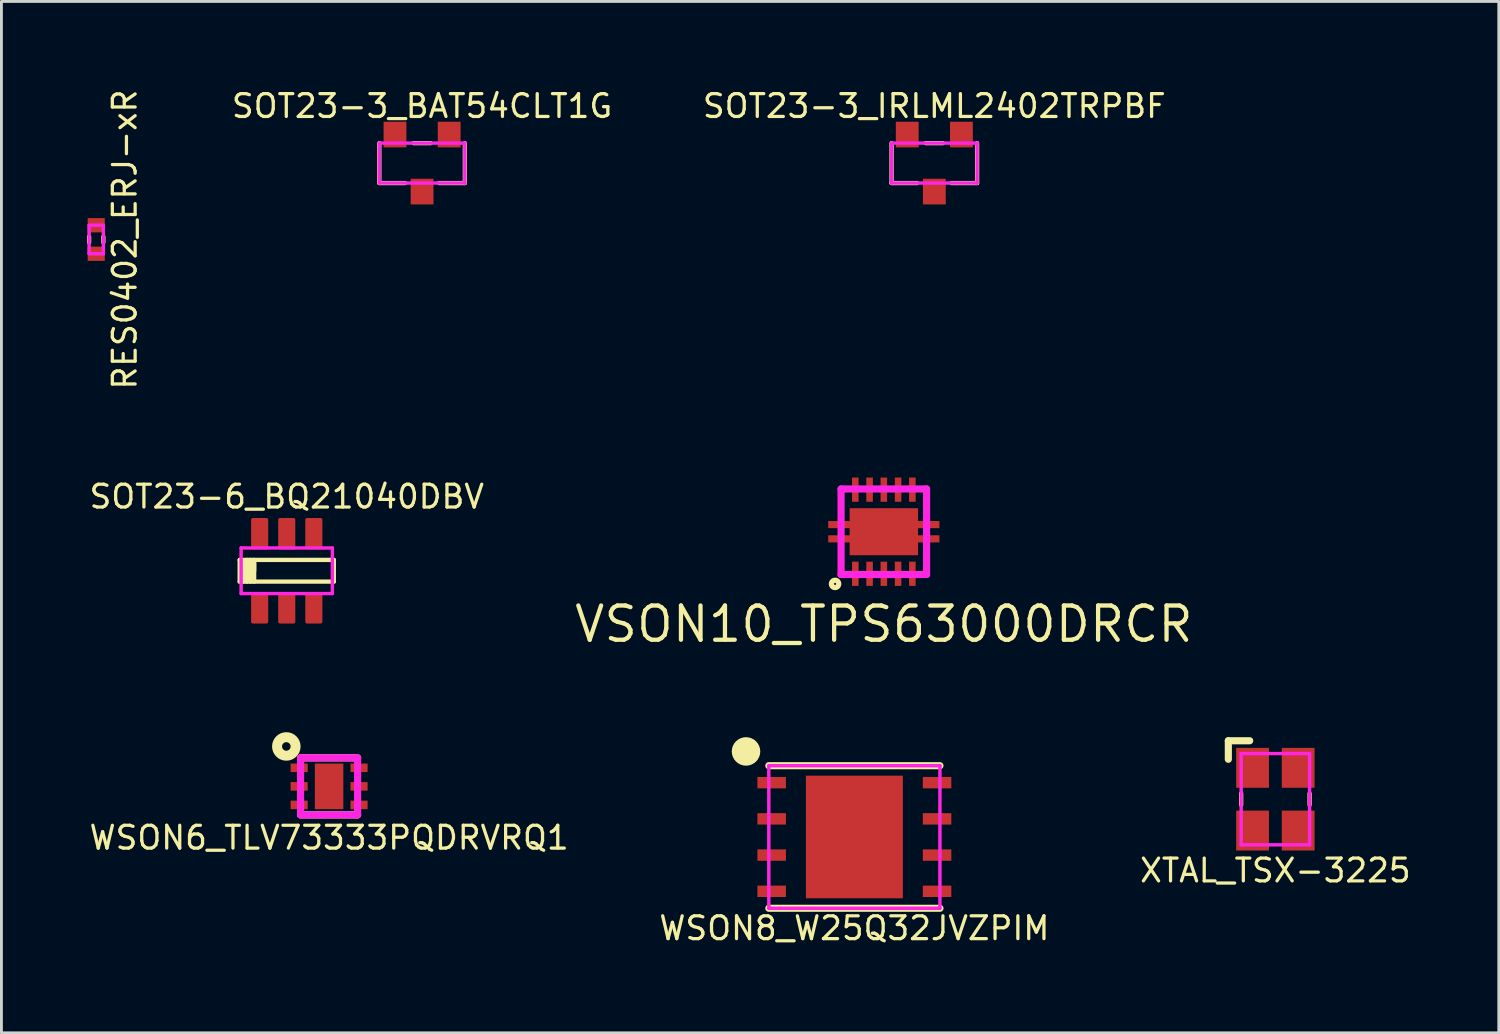
<source format=kicad_pcb>
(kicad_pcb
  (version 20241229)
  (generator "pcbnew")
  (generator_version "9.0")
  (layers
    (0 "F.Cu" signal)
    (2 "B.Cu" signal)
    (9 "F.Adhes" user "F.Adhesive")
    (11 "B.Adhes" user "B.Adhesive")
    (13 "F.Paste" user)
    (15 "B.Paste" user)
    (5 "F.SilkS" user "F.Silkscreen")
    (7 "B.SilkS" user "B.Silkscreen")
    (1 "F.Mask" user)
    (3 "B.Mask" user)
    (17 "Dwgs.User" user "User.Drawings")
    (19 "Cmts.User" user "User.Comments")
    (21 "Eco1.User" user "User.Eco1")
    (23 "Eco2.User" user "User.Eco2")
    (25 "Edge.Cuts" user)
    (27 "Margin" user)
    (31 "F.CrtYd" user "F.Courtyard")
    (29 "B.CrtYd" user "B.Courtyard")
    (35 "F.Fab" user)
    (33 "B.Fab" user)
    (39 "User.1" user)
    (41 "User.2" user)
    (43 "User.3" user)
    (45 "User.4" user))
  (footprint "WSON8_W25Q32JVZPIM"
    (layer "F.Cu")
    (at 26.912 26.302)
    (property "Reference" "WSON8_W25Q32JVZPIM" (at 0 3.2 0) (layer "F.SilkS") (effects (font (size 0.8 0.8) (thickness 0.114))))
    (attr through_hole)
    (fp_line (start -3 -2.5) (end 3 -2.5) (stroke (width 0.25) (type solid)) (layer "F.SilkS"))
    (fp_line (start -3 2.5) (end 3 2.5) (stroke (width 0.25) (type solid)) (layer "F.SilkS"))
    (fp_circle (center -3.8 -3) (end -3.55 -3) (stroke (width 0.5) (type solid)) (fill no) (layer "F.SilkS"))
    (fp_line (start -3 -2.5) (end 3 -2.5) (stroke (width 0.12) (type solid)) (layer "F.CrtYd"))
    (fp_line (start -3 2.5) (end -3 -2.5) (stroke (width 0.12) (type solid)) (layer "F.CrtYd"))
    (fp_line (start 3 -2.5) (end 3 2.5) (stroke (width 0.12) (type solid)) (layer "F.CrtYd"))
    (fp_line (start 3 2.5) (end -3 2.5) (stroke (width 0.12) (type solid)) (layer "F.CrtYd"))
    (pad "1" smd rect (at -2.9 -1.905) (size 1 0.4) (layers "F.Cu" "F.Mask" "F.Paste"))
    (pad "2" smd rect (at -2.9 -0.635) (size 1 0.4) (layers "F.Cu" "F.Mask" "F.Paste"))
    (pad "3" smd rect (at -2.9 0.635) (size 1 0.4) (layers "F.Cu" "F.Mask" "F.Paste"))
    (pad "4" smd rect (at -2.9 1.905) (size 1 0.4) (layers "F.Cu" "F.Mask" "F.Paste"))
    (pad "5" smd rect (at 2.9 1.905) (size 1 0.4) (layers "F.Cu" "F.Mask" "F.Paste"))
    (pad "6" smd rect (at 2.9 0.635) (size 1 0.4) (layers "F.Cu" "F.Mask" "F.Paste"))
    (pad "7" smd rect (at 2.9 -0.635) (size 1 0.4) (layers "F.Cu" "F.Mask" "F.Paste"))
    (pad "8" smd rect (at 2.9 -1.905) (size 1 0.4) (layers "F.Cu" "F.Mask" "F.Paste"))
    (pad "TP" smd rect (at 0 0) (size 3.4 4.3) (layers "F.Cu" "F.Mask" "F.Paste")))
  (footprint "RES0402_ERJ-xR"
    (layer "F.Cu")
    (at 0.325 5.349)
    (property "Reference" "RES0402_ERJ-xR" (at 1 0 90) (layer "F.SilkS") (effects (font (size 0.8 0.8) (thickness 0.114))))
    (attr through_hole)
    (fp_line (start -0.25 0.1) (end -0.25 -0.1) (stroke (width 0.15) (type solid)) (layer "F.SilkS"))
    (fp_line (start 0.25 0.1) (end 0.25 -0.1) (stroke (width 0.15) (type solid)) (layer "F.SilkS"))
    (fp_line (start -0.25 -0.5) (end 0.25 -0.5) (stroke (width 0.12) (type solid)) (layer "F.CrtYd"))
    (fp_line (start -0.25 0.5) (end -0.25 -0.5) (stroke (width 0.12) (type solid)) (layer "F.CrtYd"))
    (fp_line (start 0.25 -0.5) (end 0.25 0.5) (stroke (width 0.12) (type solid)) (layer "F.CrtYd"))
    (fp_line (start 0.25 0.5) (end -0.25 0.5) (stroke (width 0.12) (type solid)) (layer "F.CrtYd"))
    (pad "1" smd rect (at 0 -0.5) (size 0.6 0.5) (layers "F.Cu" "F.Mask" "F.Paste"))
    (pad "2" smd rect (at 0 0.5) (size 0.6 0.5) (layers "F.Cu" "F.Mask" "F.Paste")))
  (footprint "WSON6_TLV73333PQDRVRQ1"
    (layer "F.Cu")
    (at 8.491 24.527)
    (property "Reference" "WSON6_TLV73333PQDRVRQ1" (at 0 1.8 0) (layer "F.SilkS") (effects (font (size 0.8 0.8) (thickness 0.114))))
    (attr through_hole)
    (fp_line (start -1 -1) (end 1 -1) (stroke (width 0.25) (type solid)) (layer "F.SilkS"))
    (fp_line (start -1 1) (end 1 1) (stroke (width 0.25) (type solid)) (layer "F.SilkS"))
    (fp_circle (center -1.5 -1.4) (end -1.5 -1.55) (stroke (width 0.35) (type solid)) (fill no) (layer "F.SilkS"))
    (fp_line (start -1 -1) (end 1 -1) (stroke (width 0.25) (type solid)) (layer "F.CrtYd"))
    (fp_line (start -1 1) (end -1 -1) (stroke (width 0.25) (type solid)) (layer "F.CrtYd"))
    (fp_line (start 1 -1) (end 1 1) (stroke (width 0.25) (type solid)) (layer "F.CrtYd"))
    (fp_line (start 1 1) (end -1 1) (stroke (width 0.25) (type solid)) (layer "F.CrtYd"))
    (pad "1" smd rect (at -1.05 -0.65) (size 0.6 0.3) (layers "F.Cu" "F.Mask" "F.Paste"))
    (pad "2" smd rect (at -1.05 0) (size 0.6 0.3) (layers "F.Cu" "F.Mask" "F.Paste"))
    (pad "3" smd rect (at -1.05 0.65) (size 0.6 0.3) (layers "F.Cu" "F.Mask" "F.Paste"))
    (pad "4" smd rect (at 1.05 0.65) (size 0.6 0.3) (layers "F.Cu" "F.Mask" "F.Paste"))
    (pad "5" smd rect (at 1.05 0) (size 0.6 0.3) (layers "F.Cu" "F.Mask" "F.Paste"))
    (pad "6" smd rect (at 1.05 -0.65) (size 0.6 0.3) (layers "F.Cu" "F.Mask" "F.Paste"))
    (pad "7" smd rect (at 0 0) (size 1 1.6) (layers "F.Cu" "F.Mask" "F.Paste")))
  (footprint "XTAL_TSX-3225"
    (layer "F.Cu")
    (at 41.676 24.977)
    (property "Reference" "XTAL_TSX-3225" (at 0 2.5 0) (layer "F.SilkS") (effects (font (size 0.8 0.8) (thickness 0.114))))
    (attr through_hole)
    (fp_line (start -1.65 -2.05) (end -1.65 -1.4) (stroke (width 0.25) (type solid)) (layer "F.SilkS"))
    (fp_line (start -1.2 -0.2) (end -1.2 0.2) (stroke (width 0.15) (type solid)) (layer "F.SilkS"))
    (fp_line (start -0.9 -2.05) (end -1.65 -2.05) (stroke (width 0.25) (type solid)) (layer "F.SilkS"))
    (fp_line (start 1.2 -0.2) (end 1.2 0.2) (stroke (width 0.15) (type solid)) (layer "F.SilkS"))
    (fp_line (start -1.2 -1.6) (end 1.2 -1.6) (stroke (width 0.12) (type solid)) (layer "F.CrtYd"))
    (fp_line (start -1.2 1.6) (end -1.2 -1.6) (stroke (width 0.12) (type solid)) (layer "F.CrtYd"))
    (fp_line (start 1.2 -1.6) (end 1.2 1.6) (stroke (width 0.12) (type solid)) (layer "F.CrtYd"))
    (fp_line (start 1.2 1.6) (end -1.2 1.6) (stroke (width 0.12) (type solid)) (layer "F.CrtYd"))
    (pad "1" smd rect (at -0.8 -1.1) (size 1.15 1.4) (layers "F.Cu" "F.Mask" "F.Paste"))
    (pad "2" smd rect (at -0.8 1.1) (size 1.15 1.4) (layers "F.Cu" "F.Mask" "F.Paste"))
    (pad "3" smd rect (at 0.8 1.1) (size 1.15 1.4) (layers "F.Cu" "F.Mask" "F.Paste"))
    (pad "4" smd rect (at 0.8 -1.1) (size 1.15 1.4) (layers "F.Cu" "F.Mask" "F.Paste")))
  (footprint "SOT23-6_BQ21040DBV"
    (layer "F.Cu")
    (at 7.006 16.966)
    (property "Reference" "SOT23-6_BQ21040DBV" (at 0 -2.6 0) (layer "F.SilkS") (effects (font (size 0.8 0.8) (thickness 0.114))))
    (attr smd)
    (fp_line (start -1.651 -0.381) (end -1.651 0.381) (stroke (width 0.15) (type solid)) (layer "F.SilkS"))
    (fp_line (start -1.524 0.381) (end -1.524 -0.254) (stroke (width 0.15) (type solid)) (layer "F.SilkS"))
    (fp_line (start -1.397 0.381) (end -1.397 -0.381) (stroke (width 0.15) (type solid)) (layer "F.SilkS"))
    (fp_line (start -1.27 0.381) (end -1.27 -0.381) (stroke (width 0.15) (type solid)) (layer "F.SilkS"))
    (fp_line (start -1.143 0) (end -1.143 -0.381) (stroke (width 0.15) (type solid)) (layer "F.SilkS"))
    (fp_line (start -1.143 0.381) (end -1.143 -0.254) (stroke (width 0.15) (type solid)) (layer "F.SilkS"))
    (fp_line (start 1.65 -0.381) (end -1.65 -0.381) (stroke (width 0.15) (type solid)) (layer "F.SilkS"))
    (fp_line (start 1.65 0.381) (end -1.65 0.381) (stroke (width 0.15) (type solid)) (layer "F.SilkS"))
    (fp_line (start 1.651 -0.381) (end 1.651 0.381) (stroke (width 0.15) (type solid)) (layer "F.SilkS"))
    (fp_line (start -1.6 -0.8) (end 1.6 -0.8) (stroke (width 0.12) (type solid)) (layer "F.CrtYd"))
    (fp_line (start -1.6 0.8) (end -1.6 -0.8) (stroke (width 0.12) (type solid)) (layer "F.CrtYd"))
    (fp_line (start 1.6 -0.8) (end 1.6 0.8) (stroke (width 0.12) (type solid)) (layer "F.CrtYd"))
    (fp_line (start 1.6 0.8) (end -1.6 0.8) (stroke (width 0.12) (type solid)) (layer "F.CrtYd"))
    (pad "1" smd roundrect (at -0.95 1.3 180) (size 0.6 1.1) (layers "F.Cu" "F.Mask" "F.Paste") (roundrect_rratio 0.1))
    (pad "2" smd roundrect (at 0 1.3 180) (size 0.6 1.1) (layers "F.Cu" "F.Mask" "F.Paste") (roundrect_rratio 0.1))
    (pad "3" smd roundrect (at 0.95 1.3 180) (size 0.6 1.1) (layers "F.Cu" "F.Mask" "F.Paste") (roundrect_rratio 0.1))
    (pad "4" smd roundrect (at 0.95 -1.3 180) (size 0.6 1.1) (layers "F.Cu" "F.Mask" "F.Paste") (roundrect_rratio 0.1))
    (pad "5" smd roundrect (at 0 -1.3 180) (size 0.6 1.1) (layers "F.Cu" "F.Mask" "F.Paste") (roundrect_rratio 0.1))
    (pad "6" smd roundrect (at -0.95 -1.3 180) (size 0.6 1.1) (layers "F.Cu" "F.Mask" "F.Paste") (roundrect_rratio 0.1)))
  (footprint "SOT23-3_BAT54CLT1G"
    (layer "F.Cu")
    (at 11.752 2.669)
    (property "Reference" "SOT23-3_BAT54CLT1G" (at 0 -2 0) (layer "F.SilkS") (effects (font (size 0.8 0.8) (thickness 0.114))))
    (attr smd)
    (fp_line (start -1.5 0.7) (end -1.5 -0.7) (stroke (width 0.15) (type solid)) (layer "F.SilkS"))
    (fp_line (start -1.5 0.7) (end -0.6 0.7) (stroke (width 0.15) (type solid)) (layer "F.SilkS"))
    (fp_line (start -0.3 -0.7) (end 0.3 -0.7) (stroke (width 0.15) (type solid)) (layer "F.SilkS"))
    (fp_line (start 0.6 0.7) (end 1.5 0.7) (stroke (width 0.15) (type solid)) (layer "F.SilkS"))
    (fp_line (start 1.5 0.7) (end 1.5 -0.7) (stroke (width 0.15) (type solid)) (layer "F.SilkS"))
    (fp_line (start -1.5 -0.7) (end -1.5 0.7) (stroke (width 0.12) (type solid)) (layer "F.CrtYd"))
    (fp_line (start -1.5 0.7) (end 1.5 0.7) (stroke (width 0.12) (type solid)) (layer "F.CrtYd"))
    (fp_line (start 1.5 -0.7) (end -1.5 -0.7) (stroke (width 0.12) (type solid)) (layer "F.CrtYd"))
    (fp_line (start 1.5 0.7) (end 1.5 -0.7) (stroke (width 0.12) (type solid)) (layer "F.CrtYd"))
    (pad "1" smd rect (at 0.95 -1) (size 0.8 0.9) (layers "F.Cu" "F.Mask" "F.Paste"))
    (pad "2" smd rect (at -0.95 -1) (size 0.8 0.9) (layers "F.Cu" "F.Mask" "F.Paste"))
    (pad "3" smd rect (at 0 1) (size 0.8 0.9) (layers "F.Cu" "F.Mask" "F.Paste")))
  (footprint "SOT23-3_IRLML2402TRPBF"
    (layer "F.Cu")
    (at 29.716 2.669)
    (property "Reference" "SOT23-3_IRLML2402TRPBF" (at 0 -2 0) (layer "F.SilkS") (effects (font (size 0.8 0.8) (thickness 0.114))))
    (attr smd)
    (fp_line (start -1.5 0.7) (end -1.5 -0.7) (stroke (width 0.15) (type solid)) (layer "F.SilkS"))
    (fp_line (start -1.5 0.7) (end -0.6 0.7) (stroke (width 0.15) (type solid)) (layer "F.SilkS"))
    (fp_line (start -0.3 -0.7) (end 0.3 -0.7) (stroke (width 0.15) (type solid)) (layer "F.SilkS"))
    (fp_line (start 0.6 0.7) (end 1.5 0.7) (stroke (width 0.15) (type solid)) (layer "F.SilkS"))
    (fp_line (start 1.5 0.7) (end 1.5 -0.7) (stroke (width 0.15) (type solid)) (layer "F.SilkS"))
    (fp_line (start -1.5 -0.7) (end -1.5 0.7) (stroke (width 0.12) (type solid)) (layer "F.CrtYd"))
    (fp_line (start -1.5 0.7) (end 1.5 0.7) (stroke (width 0.12) (type solid)) (layer "F.CrtYd"))
    (fp_line (start 1.5 -0.7) (end -1.5 -0.7) (stroke (width 0.12) (type solid)) (layer "F.CrtYd"))
    (fp_line (start 1.5 0.7) (end 1.5 -0.7) (stroke (width 0.12) (type solid)) (layer "F.CrtYd"))
    (pad "1" smd rect (at 0.95 -1) (size 0.8 0.9) (layers "F.Cu" "F.Mask" "F.Paste"))
    (pad "2" smd rect (at -0.95 -1) (size 0.8 0.9) (layers "F.Cu" "F.Mask" "F.Paste"))
    (pad "3" smd rect (at 0 1) (size 0.8 0.9) (layers "F.Cu" "F.Mask" "F.Paste")))
  (footprint "VSON10_TPS63000DRCR"
    (layer "F.Cu")
    (at 27.945 15.597)
    (property "Reference" "VSON10_TPS63000DRCR" (at 0 3.24 180) (layer "F.SilkS") (effects (font (size 1.2 1.2) (thickness 0.15))))
    (attr through_hole)
    (fp_line (start -1.5 -1.5) (end -1.5 -0.6) (stroke (width 0.15) (type solid)) (layer "F.SilkS"))
    (fp_line (start -1.5 -1.5) (end -1.3 -1.5) (stroke (width 0.15) (type solid)) (layer "F.SilkS"))
    (fp_line (start -1.5 0.6) (end -1.5 1.5) (stroke (width 0.15) (type solid)) (layer "F.SilkS"))
    (fp_line (start -1.5 1.5) (end -1.3 1.5) (stroke (width 0.15) (type solid)) (layer "F.SilkS"))
    (fp_line (start 1.5 -1.5) (end 1.3 -1.5) (stroke (width 0.15) (type solid)) (layer "F.SilkS"))
    (fp_line (start 1.5 -1.5) (end 1.5 -0.6) (stroke (width 0.15) (type solid)) (layer "F.SilkS"))
    (fp_line (start 1.5 0.6) (end 1.5 1.5) (stroke (width 0.15) (type solid)) (layer "F.SilkS"))
    (fp_line (start 1.5 1.5) (end 1.3 1.5) (stroke (width 0.15) (type solid)) (layer "F.SilkS"))
    (fp_circle (center -1.71 1.83) (end -1.64 1.83) (stroke (width 0.15) (type solid)) (fill no) (layer "F.SilkS"))
    (fp_circle (center -1.71 1.83) (end -1.6 1.81) (stroke (width 0.15) (type solid)) (fill no) (layer "F.SilkS"))
    (fp_line (start -1.5 -1.5) (end 1.5 -1.5) (stroke (width 0.25) (type solid)) (layer "F.CrtYd"))
    (fp_line (start -1.5 1.5) (end -1.5 -1.5) (stroke (width 0.25) (type solid)) (layer "F.CrtYd"))
    (fp_line (start 1.5 -1.5) (end 1.5 1.5) (stroke (width 0.25) (type solid)) (layer "F.CrtYd"))
    (fp_line (start 1.5 1.5) (end -1.5 1.5) (stroke (width 0.25) (type solid)) (layer "F.CrtYd"))
    (pad "1" smd rect (at -1 1.475) (size 0.23 0.85) (layers "F.Cu" "F.Mask" "F.Paste"))
    (pad "2" smd rect (at -0.5 1.475) (size 0.23 0.85) (layers "F.Cu" "F.Mask" "F.Paste"))
    (pad "3" smd rect (at 0 1.475) (size 0.23 0.85) (layers "F.Cu" "F.Mask" "F.Paste"))
    (pad "4" smd rect (at 0.5 1.475) (size 0.23 0.85) (layers "F.Cu" "F.Mask" "F.Paste"))
    (pad "5" smd rect (at 1 1.475) (size 0.23 0.85) (layers "F.Cu" "F.Mask" "F.Paste"))
    (pad "6" smd rect (at 1 -1.475) (size 0.23 0.85) (layers "F.Cu" "F.Mask" "F.Paste"))
    (pad "7" smd rect (at 0.5 -1.475) (size 0.23 0.85) (layers "F.Cu" "F.Mask" "F.Paste"))
    (pad "8" smd rect (at 0 -1.475) (size 0.23 0.85) (layers "F.Cu" "F.Mask" "F.Paste"))
    (pad "9" smd rect (at -0.5 -1.475) (size 0.23 0.85) (layers "F.Cu" "F.Mask" "F.Paste"))
    (pad "10" smd rect (at -1 -1.475) (size 0.23 0.85) (layers "F.Cu" "F.Mask" "F.Paste"))
    (pad "11" smd custom (at 0 0) (size 2.4 1.65) (layers "F.Cu" "F.Mask" "F.Paste") (options (anchor rect)) (primitives (gr_poly (pts (xy -1.95 0.125) (xy 1.95 0.125) (xy 1.95 0.375) (xy -1.95 0.375)) (width 0) (fill yes)) (gr_poly (pts (xy -1.95 -0.375) (xy 1.95 -0.375) (xy 1.95 -0.125) (xy -1.95 -0.125)) (width 0) (fill yes)))))
  (gr_rect
    (start -3 -3)
    (end 49.511 33.171)
    (stroke (width 0.1) (type default))
    (fill no)
    (layer "Edge.Cuts")))
</source>
